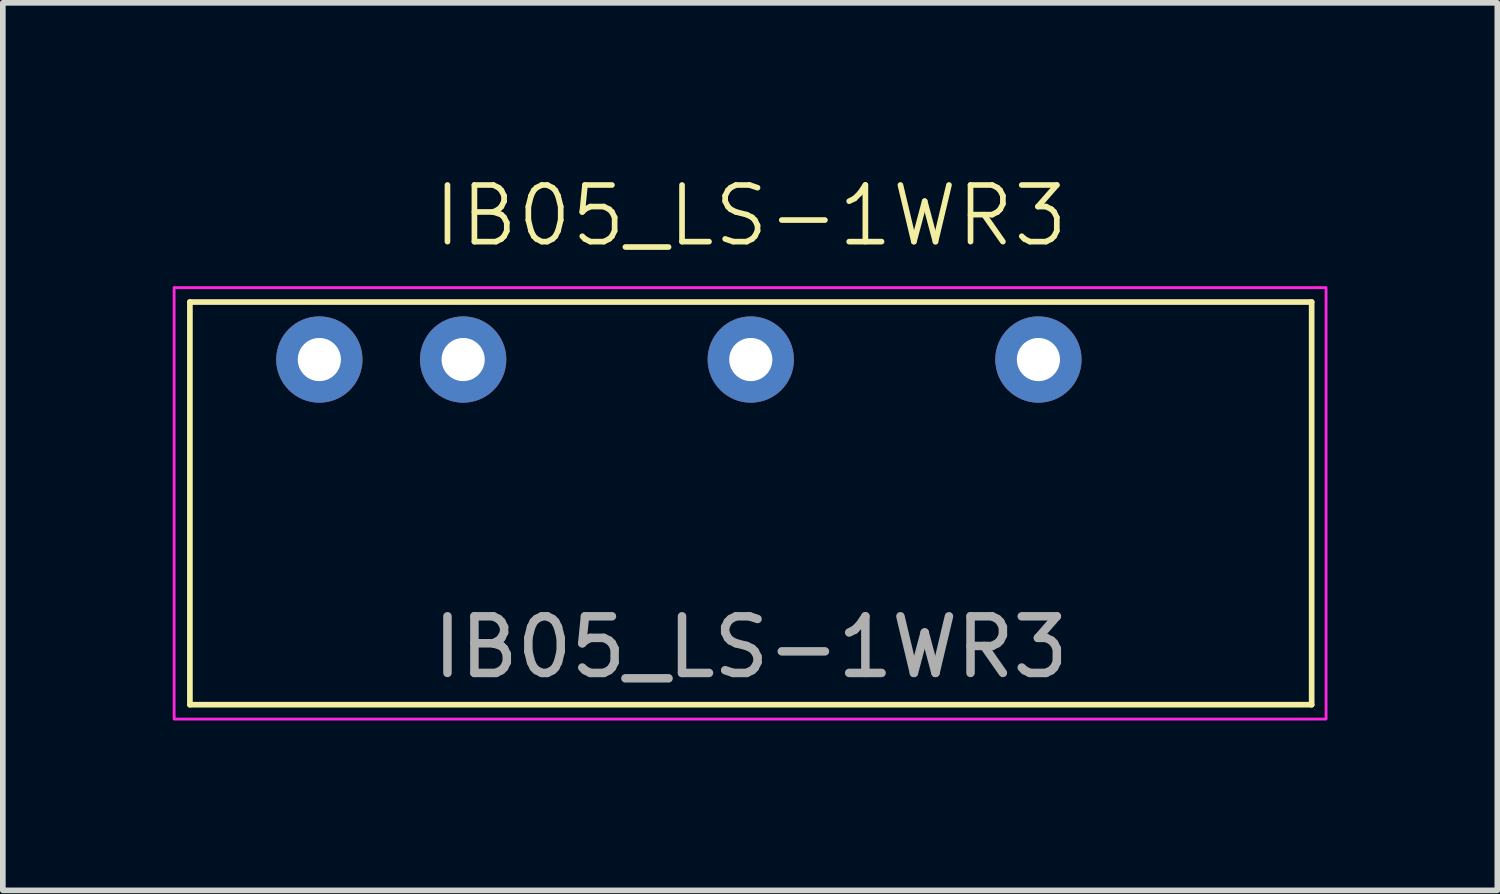
<source format=kicad_pcb>
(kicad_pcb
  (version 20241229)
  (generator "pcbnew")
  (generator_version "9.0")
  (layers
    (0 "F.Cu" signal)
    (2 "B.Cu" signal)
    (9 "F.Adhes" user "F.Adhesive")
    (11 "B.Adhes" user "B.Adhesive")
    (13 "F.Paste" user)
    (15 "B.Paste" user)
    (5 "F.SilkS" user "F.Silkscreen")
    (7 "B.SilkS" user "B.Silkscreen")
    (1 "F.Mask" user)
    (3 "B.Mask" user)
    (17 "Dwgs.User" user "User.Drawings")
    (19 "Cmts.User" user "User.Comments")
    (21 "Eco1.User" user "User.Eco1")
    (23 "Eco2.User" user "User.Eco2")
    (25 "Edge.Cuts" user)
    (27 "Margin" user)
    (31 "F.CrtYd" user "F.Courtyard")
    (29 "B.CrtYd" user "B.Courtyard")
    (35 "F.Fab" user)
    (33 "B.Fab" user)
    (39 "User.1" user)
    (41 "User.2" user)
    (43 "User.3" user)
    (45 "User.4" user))
  (footprint "IB05_LS-1WR3"
    (layer "F.Cu")
    (at 10.21 2.03)
    (property "Reference" "IB05_LS-1WR3" (at 0 -1.27 0) (unlocked yes) (layer "F.SilkS") (effects (font (size 1 1) (thickness 0.1))))
    (attr through_hole)
    (fp_line (start -9.906 0.254) (end -9.906 7.366) (stroke (width 0.1) (type default)) (layer "F.SilkS"))
    (fp_line (start -9.906 7.366) (end 9.906 7.366) (stroke (width 0.1) (type default)) (layer "F.SilkS"))
    (fp_line (start 9.906 0.254) (end -9.906 0.254) (stroke (width 0.1) (type default)) (layer "F.SilkS"))
    (fp_line (start 9.906 7.366) (end 9.906 0.254) (stroke (width 0.1) (type default)) (layer "F.SilkS"))
    (fp_rect (start -10.185 0) (end 10.16 7.62) (stroke (width 0.05) (type default)) (fill no) (layer "F.CrtYd"))
    (fp_text user "${REFERENCE}" (at 0 6.35 0) (unlocked yes) (layer "F.Fab") (effects (font (size 1 1) (thickness 0.15))))
    (pad "1" thru_hole circle (at -7.62 1.27) (size 1.524 1.524) (drill 0.762) (layers "*.Cu" "*.Mask"))
    (pad "2" thru_hole circle (at -5.08 1.27) (size 1.524 1.524) (drill 0.762) (layers "*.Cu" "*.Mask"))
    (pad "4" thru_hole circle (at 0 1.27) (size 1.524 1.524) (drill 0.762) (layers "*.Cu" "*.Mask"))
    (pad "6" thru_hole circle (at 5.08 1.27) (size 1.524 1.524) (drill 0.762) (layers "*.Cu" "*.Mask")))
  (gr_rect
    (start -3 -3)
    (end 23.395 12.675)
    (stroke (width 0.1) (type default))
    (fill no)
    (layer "Edge.Cuts")))
</source>
